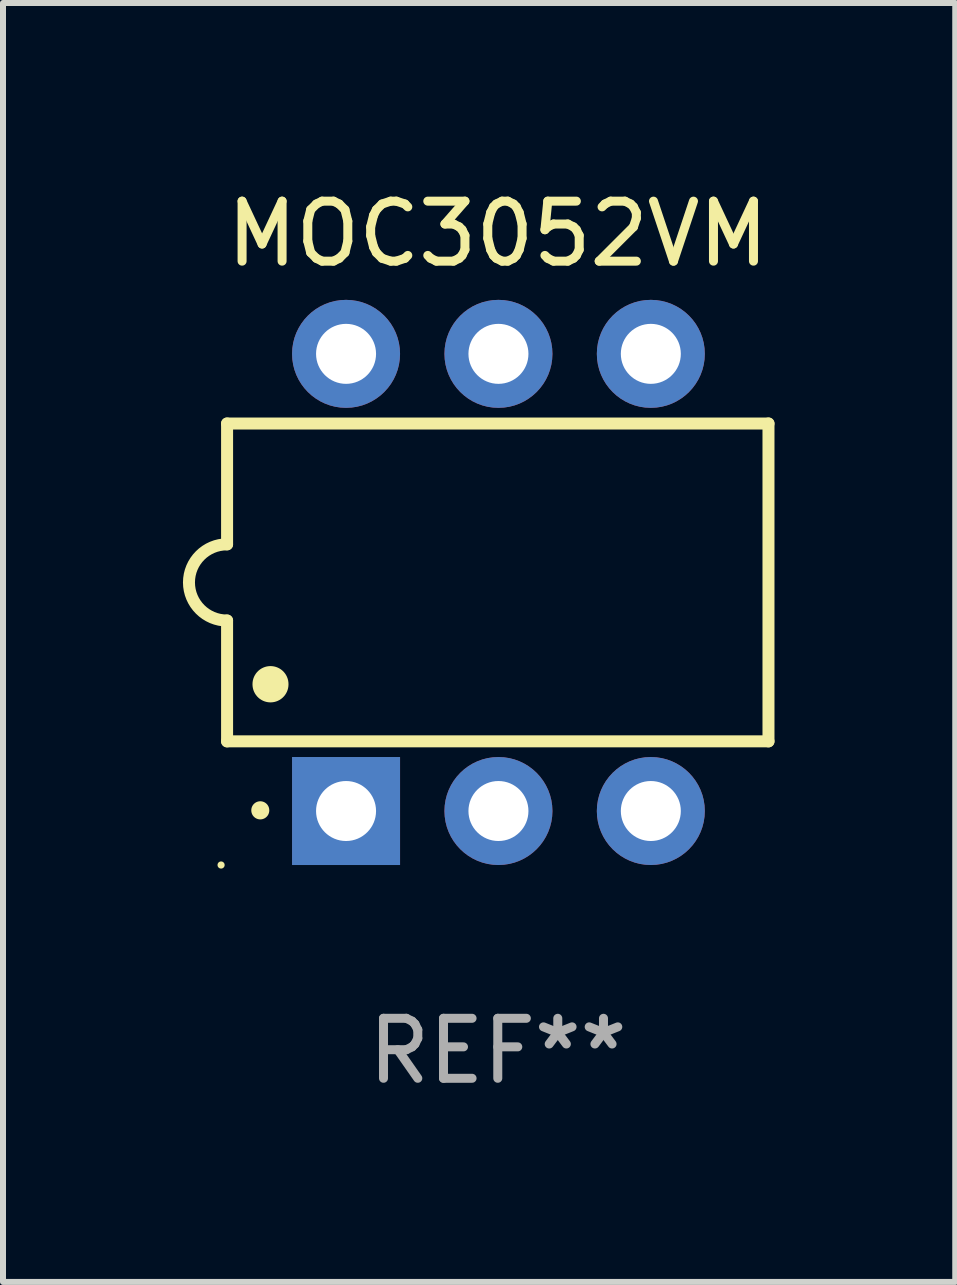
<source format=kicad_pcb>
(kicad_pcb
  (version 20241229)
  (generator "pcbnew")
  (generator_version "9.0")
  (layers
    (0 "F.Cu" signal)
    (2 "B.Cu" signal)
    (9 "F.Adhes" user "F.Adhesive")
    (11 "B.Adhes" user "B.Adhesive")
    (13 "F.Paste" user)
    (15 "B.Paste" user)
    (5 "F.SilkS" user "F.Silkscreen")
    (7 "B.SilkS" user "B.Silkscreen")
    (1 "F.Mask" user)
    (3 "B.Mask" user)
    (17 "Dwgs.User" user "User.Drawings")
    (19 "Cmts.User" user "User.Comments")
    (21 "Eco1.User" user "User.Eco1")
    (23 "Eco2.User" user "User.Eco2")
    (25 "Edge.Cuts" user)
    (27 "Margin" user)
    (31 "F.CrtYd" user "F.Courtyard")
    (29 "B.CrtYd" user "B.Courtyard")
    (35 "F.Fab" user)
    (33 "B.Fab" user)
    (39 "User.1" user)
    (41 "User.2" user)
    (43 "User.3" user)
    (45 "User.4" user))
  (footprint "MOC3052VM"
    (layer "F.Cu")
    (at 5.247 6.658)
    (property "Reference" "MOC3052VM" (at 0 -5.81 0) (layer "F.SilkS") (effects (font (size 1 1) (thickness 0.15))))
    (attr through_hole)
    (fp_line (start -4.512 -2.649) (end 4.512 -2.649) (stroke (width 0.2) (type solid)) (layer "F.SilkS"))
    (fp_line (start -4.512 -0.635) (end -4.512 -2.649) (stroke (width 0.2) (type solid)) (layer "F.SilkS"))
    (fp_line (start -4.512 2.649) (end -4.512 0.635) (stroke (width 0.2) (type solid)) (layer "F.SilkS"))
    (fp_line (start 4.512 -2.649) (end 4.512 2.649) (stroke (width 0.2) (type solid)) (layer "F.SilkS"))
    (fp_line (start 4.512 2.649) (end -4.512 2.649) (stroke (width 0.2) (type solid)) (layer "F.SilkS"))
    (fp_arc (start -4.512319 0.635001) (mid -5.14732 0) (end -4.512319 -0.635001) (stroke (width 0.2) (type solid)) (layer "F.SilkS"))
    (fp_arc (start -3.958598 3.799848) (mid -3.958603 3.798578) (end -3.958598 3.797308) (stroke (width 0.3) (type solid)) (layer "F.SilkS"))
    (fp_arc (start -3.788418 1.699263) (mid -3.788429 1.696723) (end -3.788418 1.694183) (stroke (width 0.6) (type solid)) (layer "F.SilkS"))
    (fp_circle (center -4.612 4.71) (end -4.582 4.71) (stroke (width 0.06) (type solid)) (fill no) (layer "F.SilkS"))
    (fp_text user "REF**" (at 0 7.81 0) (layer "F.Fab") (effects (font (size 1 1) (thickness 0.15))))
    (pad "1" thru_hole rect (at -2.529 3.81 90) (size 1.8 1.8) (drill 1) (layers "*.Cu" "*.Mask"))
    (pad "2" thru_hole circle (at 0.011 3.81) (size 1.8 1.8) (drill 1) (layers "*.Cu" "*.Mask"))
    (pad "3" thru_hole circle (at 2.551 3.81) (size 1.8 1.8) (drill 1) (layers "*.Cu" "*.Mask"))
    (pad "4" thru_hole circle (at 2.551 -3.81) (size 1.8 1.8) (drill 1) (layers "*.Cu" "*.Mask"))
    (pad "5" thru_hole circle (at 0.011 -3.81) (size 1.8 1.8) (drill 1) (layers "*.Cu" "*.Mask"))
    (pad "6" thru_hole circle (at -2.529 -3.81) (size 1.8 1.8) (drill 1) (layers "*.Cu" "*.Mask")))
  (gr_rect
    (start -3 -3)
    (end 12.872 18.317)
    (stroke (width 0.1) (type default))
    (fill no)
    (layer "Edge.Cuts")))
</source>
